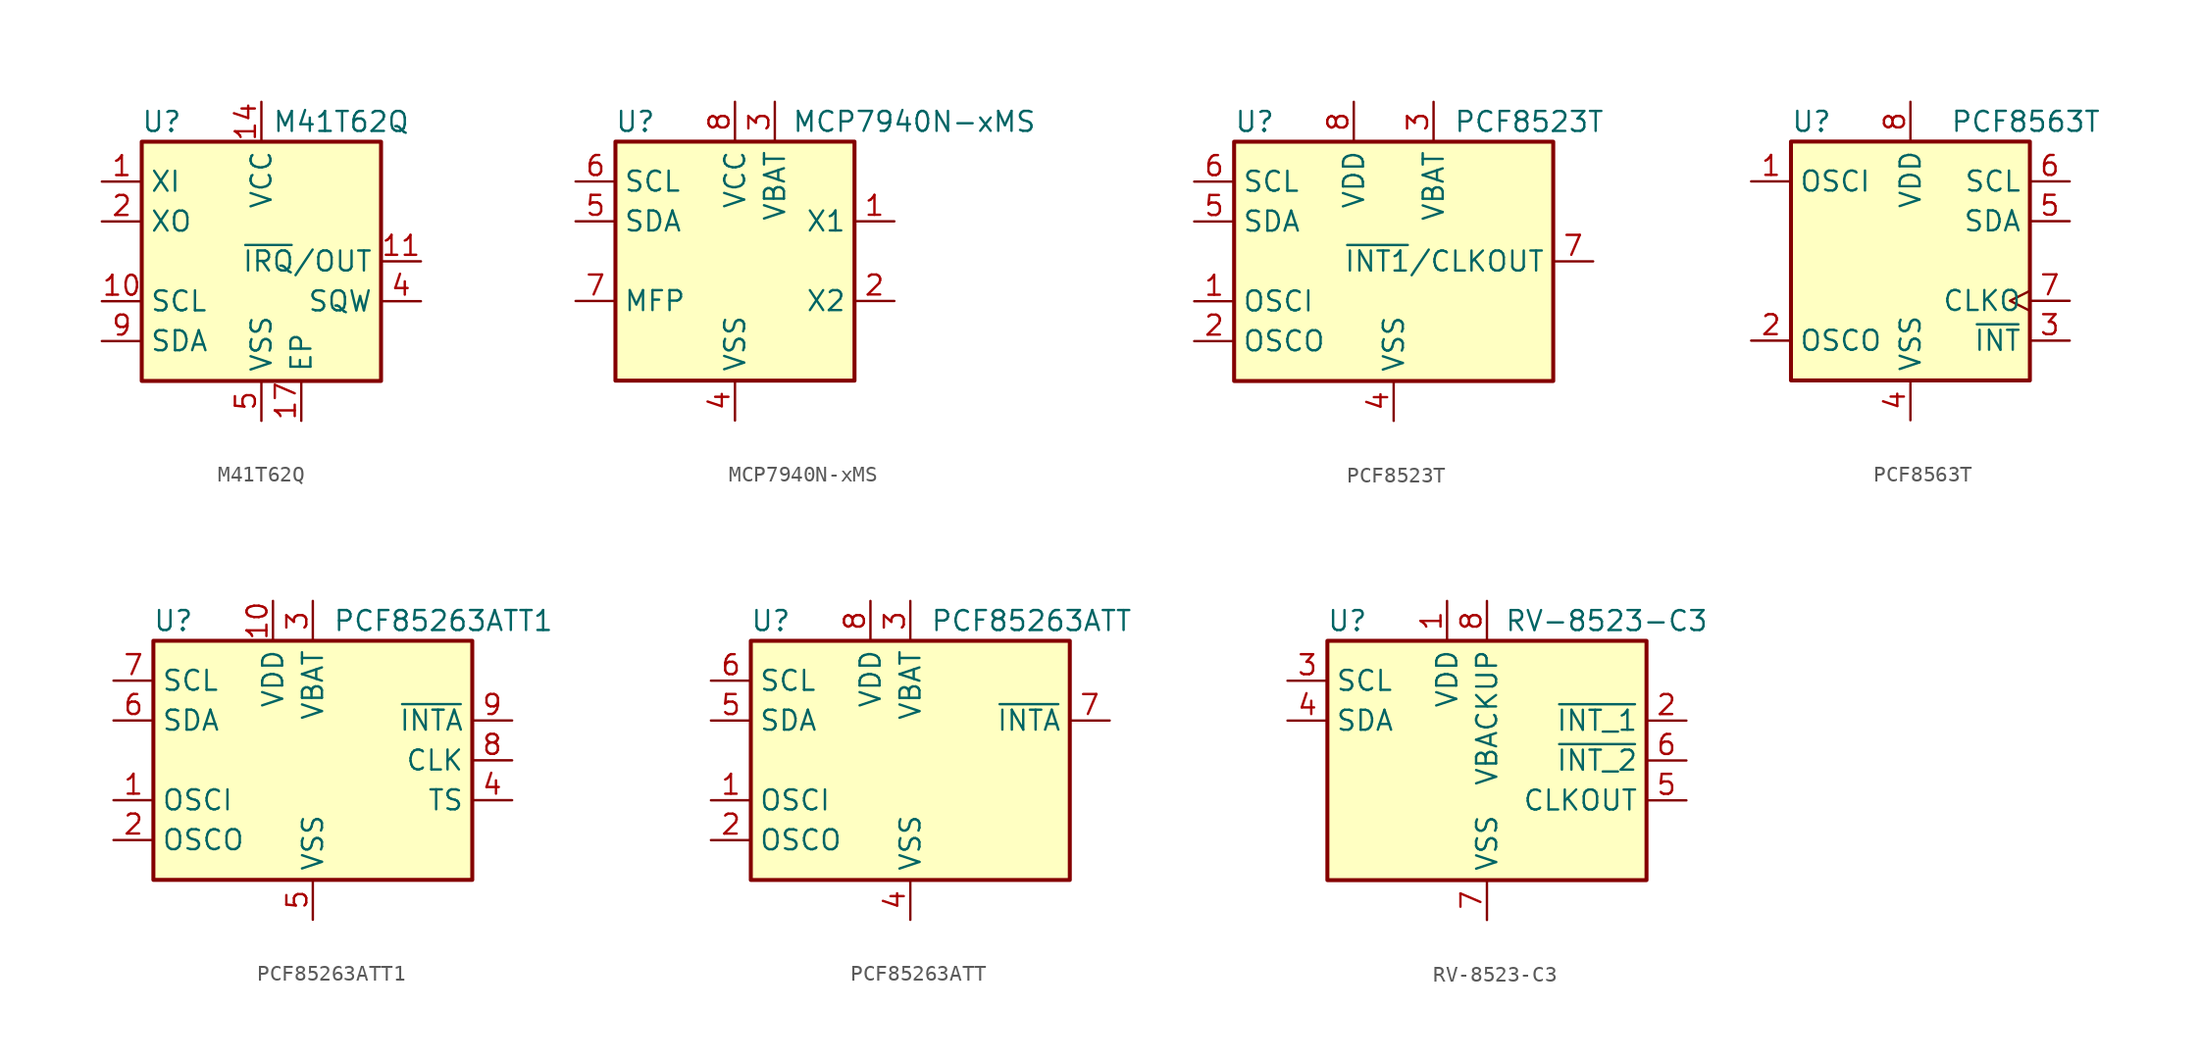
<source format=kicad_sym>
(kicad_symbol_lib
  (version 20220914)
  (generator kicad_symbol_editor)
  (symbol "M41T62Q"
    (property "Reference" "U"
      (at -6.35 8.89 0)
      (effects (font (size 1.27 1.27))))
    (property "Value" "M41T62Q"
      (at 5.08 8.89 0)
      (effects (font (size 1.27 1.27))))
    (symbol "M41T62Q_0_1"
      (rectangle (start -7.62 7.62) (end 7.62 -7.62) (stroke (width 0.254) (type default)) (fill (type background))))
    (symbol "M41T62Q_1_1"
      (pin input line (at -10.16 5.08 0) (length 2.54) (name "XI" (effects (font (size 1.27 1.27)))) (number "1" (effects (font (size 1.27 1.27)))))
      (pin input line (at -10.16 -2.54 0) (length 2.54) (name "SCL" (effects (font (size 1.27 1.27)))) (number "10" (effects (font (size 1.27 1.27)))))
      (pin output line (at 10.16 0 180) (length 2.54) (name "~{IRQ}/OUT" (effects (font (size 1.27 1.27)))) (number "11" (effects (font (size 1.27 1.27)))))
      (pin power_in line (at 0 10.16 270) (length 2.54) (name "VCC" (effects (font (size 1.27 1.27)))) (number "14" (effects (font (size 1.27 1.27)))))
      (pin passive line (at 2.54 -10.16 90) (length 2.54) (name "EP" (effects (font (size 1.27 1.27)))) (number "17" (effects (font (size 1.27 1.27)))))
      (pin input line (at -10.16 2.54 0) (length 2.54) (name "XO" (effects (font (size 1.27 1.27)))) (number "2" (effects (font (size 1.27 1.27)))))
      (pin output line (at 10.16 -2.54 180) (length 2.54) (name "SQW" (effects (font (size 1.27 1.27)))) (number "4" (effects (font (size 1.27 1.27)))))
      (pin power_in line (at 0 -10.16 90) (length 2.54) (name "VSS" (effects (font (size 1.27 1.27)))) (number "5" (effects (font (size 1.27 1.27)))))
      (pin bidirectional line (at -10.16 -5.08 0) (length 2.54) (name "SDA" (effects (font (size 1.27 1.27)))) (number "9" (effects (font (size 1.27 1.27)))))))
  (symbol "MCP7940N-xMS"
    (property "Reference" "U"
      (at -6.35 8.89 0)
      (effects (font (size 1.27 1.27))))
    (property "Value" "MCP7940N-xMS"
      (at 11.43 8.89 0)
      (effects (font (size 1.27 1.27))))
    (symbol "MCP7940N-xMS_0_1"
      (rectangle (start -7.62 7.62) (end 7.62 -7.62) (stroke (width 0.254) (type default)) (fill (type background))))
    (symbol "MCP7940N-xMS_1_1"
      (pin input line (at 10.16 2.54 180) (length 2.54) (name "X1" (effects (font (size 1.27 1.27)))) (number "1" (effects (font (size 1.27 1.27)))))
      (pin output line (at 10.16 -2.54 180) (length 2.54) (name "X2" (effects (font (size 1.27 1.27)))) (number "2" (effects (font (size 1.27 1.27)))))
      (pin power_in line (at 2.54 10.16 270) (length 2.54) (name "VBAT" (effects (font (size 1.27 1.27)))) (number "3" (effects (font (size 1.27 1.27)))))
      (pin power_in line (at 0 -10.16 90) (length 2.54) (name "VSS" (effects (font (size 1.27 1.27)))) (number "4" (effects (font (size 1.27 1.27)))))
      (pin bidirectional line (at -10.16 2.54 0) (length 2.54) (name "SDA" (effects (font (size 1.27 1.27)))) (number "5" (effects (font (size 1.27 1.27)))))
      (pin input line (at -10.16 5.08 0) (length 2.54) (name "SCL" (effects (font (size 1.27 1.27)))) (number "6" (effects (font (size 1.27 1.27)))))
      (pin open_collector line (at -10.16 -2.54 0) (length 2.54) (name "MFP" (effects (font (size 1.27 1.27)))) (number "7" (effects (font (size 1.27 1.27)))))
      (pin power_in line (at 0 10.16 270) (length 2.54) (name "VCC" (effects (font (size 1.27 1.27)))) (number "8" (effects (font (size 1.27 1.27)))))))
  (symbol "PCF8523T"
    (property "Reference" "U"
      (at -10.16 8.89 0)
      (effects (font (size 1.27 1.27)) (justify left)))
    (property "Value" "PCF8523T"
      (at 3.81 8.89 0)
      (effects (font (size 1.27 1.27)) (justify left)))
    (symbol "PCF8523T_0_1"
      (rectangle (start -10.16 7.62) (end 10.16 -7.62) (stroke (width 0.254) (type default)) (fill (type background))))
    (symbol "PCF8523T_1_1"
      (pin input line (at -12.7 -2.54 0) (length 2.54) (name "OSCI" (effects (font (size 1.27 1.27)))) (number "1" (effects (font (size 1.27 1.27)))))
      (pin output line (at -12.7 -5.08 0) (length 2.54) (name "OSCO" (effects (font (size 1.27 1.27)))) (number "2" (effects (font (size 1.27 1.27)))))
      (pin power_in line (at 2.54 10.16 270) (length 2.54) (name "VBAT" (effects (font (size 1.27 1.27)))) (number "3" (effects (font (size 1.27 1.27)))))
      (pin power_in line (at 0 -10.16 90) (length 2.54) (name "VSS" (effects (font (size 1.27 1.27)))) (number "4" (effects (font (size 1.27 1.27)))))
      (pin bidirectional line (at -12.7 2.54 0) (length 2.54) (name "SDA" (effects (font (size 1.27 1.27)))) (number "5" (effects (font (size 1.27 1.27)))))
      (pin input line (at -12.7 5.08 0) (length 2.54) (name "SCL" (effects (font (size 1.27 1.27)))) (number "6" (effects (font (size 1.27 1.27)))))
      (pin open_collector line (at 12.7 0 180) (length 2.54) (name "~{INT1}/CLKOUT" (effects (font (size 1.27 1.27)))) (number "7" (effects (font (size 1.27 1.27)))))
      (pin power_in line (at -2.54 10.16 270) (length 2.54) (name "VDD" (effects (font (size 1.27 1.27)))) (number "8" (effects (font (size 1.27 1.27)))))))
  (symbol "PCF8563T"
    (property "Reference" "U"
      (at -7.62 8.89 0)
      (effects (font (size 1.27 1.27)) (justify left)))
    (property "Value" "PCF8563T"
      (at 2.54 8.89 0)
      (effects (font (size 1.27 1.27)) (justify left)))
    (symbol "PCF8563T_0_1"
      (rectangle (start -7.62 7.62) (end 7.62 -7.62) (stroke (width 0.254) (type default)) (fill (type background))))
    (symbol "PCF8563T_1_1"
      (pin input line (at -10.16 5.08 0) (length 2.54) (name "OSCI" (effects (font (size 1.27 1.27)))) (number "1" (effects (font (size 1.27 1.27)))))
      (pin output line (at -10.16 -5.08 0) (length 2.54) (name "OSCO" (effects (font (size 1.27 1.27)))) (number "2" (effects (font (size 1.27 1.27)))))
      (pin output line (at 10.16 -5.08 180) (length 2.54) (name "~{INT}" (effects (font (size 1.27 1.27)))) (number "3" (effects (font (size 1.27 1.27)))))
      (pin power_in line (at 0 -10.16 90) (length 2.54) (name "VSS" (effects (font (size 1.27 1.27)))) (number "4" (effects (font (size 1.27 1.27)))))
      (pin bidirectional line (at 10.16 2.54 180) (length 2.54) (name "SDA" (effects (font (size 1.27 1.27)))) (number "5" (effects (font (size 1.27 1.27)))))
      (pin input line (at 10.16 5.08 180) (length 2.54) (name "SCL" (effects (font (size 1.27 1.27)))) (number "6" (effects (font (size 1.27 1.27)))))
      (pin output clock (at 10.16 -2.54 180) (length 2.54) (name "CLKO" (effects (font (size 1.27 1.27)))) (number "7" (effects (font (size 1.27 1.27)))))
      (pin power_in line (at 0 10.16 270) (length 2.54) (name "VDD" (effects (font (size 1.27 1.27)))) (number "8" (effects (font (size 1.27 1.27)))))))
  (symbol "PCF85263ATT1"
    (property "Reference" "U"
      (at -8.89 8.89 0)
      (effects (font (size 1.27 1.27))))
    (property "Value" "PCF85263ATT1"
      (at 1.27 8.89 0)
      (effects (font (size 1.27 1.27)) (justify left)))
    (symbol "PCF85263ATT1_0_1"
      (rectangle (start -10.16 7.62) (end 10.16 -7.62) (stroke (width 0.254) (type default)) (fill (type background))))
    (symbol "PCF85263ATT1_1_1"
      (pin input line (at -12.7 -2.54 0) (length 2.54) (name "OSCI" (effects (font (size 1.27 1.27)))) (number "1" (effects (font (size 1.27 1.27)))))
      (pin power_in line (at -2.54 10.16 270) (length 2.54) (name "VDD" (effects (font (size 1.27 1.27)))) (number "10" (effects (font (size 1.27 1.27)))))
      (pin output line (at -12.7 -5.08 0) (length 2.54) (name "OSCO" (effects (font (size 1.27 1.27)))) (number "2" (effects (font (size 1.27 1.27)))))
      (pin power_in line (at 0 10.16 270) (length 2.54) (name "VBAT" (effects (font (size 1.27 1.27)))) (number "3" (effects (font (size 1.27 1.27)))))
      (pin bidirectional line (at 12.7 -2.54 180) (length 2.54) (name "TS" (effects (font (size 1.27 1.27)))) (number "4" (effects (font (size 1.27 1.27)))))
      (pin power_in line (at 0 -10.16 90) (length 2.54) (name "VSS" (effects (font (size 1.27 1.27)))) (number "5" (effects (font (size 1.27 1.27)))))
      (pin bidirectional line (at -12.7 2.54 0) (length 2.54) (name "SDA" (effects (font (size 1.27 1.27)))) (number "6" (effects (font (size 1.27 1.27)))))
      (pin input line (at -12.7 5.08 0) (length 2.54) (name "SCL" (effects (font (size 1.27 1.27)))) (number "7" (effects (font (size 1.27 1.27)))))
      (pin output line (at 12.7 0 180) (length 2.54) (name "CLK" (effects (font (size 1.27 1.27)))) (number "8" (effects (font (size 1.27 1.27)))))
      (pin open_collector line (at 12.7 2.54 180) (length 2.54) (name "~{INTA}" (effects (font (size 1.27 1.27)))) (number "9" (effects (font (size 1.27 1.27)))))))
  (symbol "PCF85263ATT"
    (property "Reference" "U"
      (at -8.89 8.89 0)
      (effects (font (size 1.27 1.27))))
    (property "Value" "PCF85263ATT"
      (at 1.27 8.89 0)
      (effects (font (size 1.27 1.27)) (justify left)))
    (symbol "PCF85263ATT_0_1"
      (rectangle (start -10.16 7.62) (end 10.16 -7.62) (stroke (width 0.254) (type default)) (fill (type background))))
    (symbol "PCF85263ATT_1_1"
      (pin input line (at -12.7 -2.54 0) (length 2.54) (name "OSCI" (effects (font (size 1.27 1.27)))) (number "1" (effects (font (size 1.27 1.27)))))
      (pin output line (at -12.7 -5.08 0) (length 2.54) (name "OSCO" (effects (font (size 1.27 1.27)))) (number "2" (effects (font (size 1.27 1.27)))))
      (pin power_in line (at 0 10.16 270) (length 2.54) (name "VBAT" (effects (font (size 1.27 1.27)))) (number "3" (effects (font (size 1.27 1.27)))))
      (pin power_in line (at 0 -10.16 90) (length 2.54) (name "VSS" (effects (font (size 1.27 1.27)))) (number "4" (effects (font (size 1.27 1.27)))))
      (pin bidirectional line (at -12.7 2.54 0) (length 2.54) (name "SDA" (effects (font (size 1.27 1.27)))) (number "5" (effects (font (size 1.27 1.27)))))
      (pin input line (at -12.7 5.08 0) (length 2.54) (name "SCL" (effects (font (size 1.27 1.27)))) (number "6" (effects (font (size 1.27 1.27)))))
      (pin open_collector line (at 12.7 2.54 180) (length 2.54) (name "~{INTA}" (effects (font (size 1.27 1.27)))) (number "7" (effects (font (size 1.27 1.27)))))
      (pin power_in line (at -2.54 10.16 270) (length 2.54) (name "VDD" (effects (font (size 1.27 1.27)))) (number "8" (effects (font (size 1.27 1.27)))))))
  (symbol "RV-8523-C3"
    (property "Reference" "U"
      (at -8.89 8.89 0)
      (effects (font (size 1.27 1.27))))
    (property "Value" "RV-8523-C3"
      (at 7.62 8.89 0)
      (effects (font (size 1.27 1.27))))
    (symbol "RV-8523-C3_0_1"
      (rectangle (start 10.16 7.62) (end -10.16 -7.62) (stroke (width 0.254) (type default)) (fill (type background))))
    (symbol "RV-8523-C3_1_1"
      (pin power_in line (at -2.54 10.16 270) (length 2.54) (name "VDD" (effects (font (size 1.27 1.27)))) (number "1" (effects (font (size 1.27 1.27)))))
      (pin no_connect line (at -10.16 -5.08 0) (length 2.54) hide (name "NC" (effects (font (size 1.27 1.27)))) (number "10" (effects (font (size 1.27 1.27)))))
      (pin open_collector line (at 12.7 2.54 180) (length 2.54) (name "~{INT_1}" (effects (font (size 1.27 1.27)))) (number "2" (effects (font (size 1.27 1.27)))))
      (pin input line (at -12.7 5.08 0) (length 2.54) (name "SCL" (effects (font (size 1.27 1.27)))) (number "3" (effects (font (size 1.27 1.27)))))
      (pin bidirectional line (at -12.7 2.54 0) (length 2.54) (name "SDA" (effects (font (size 1.27 1.27)))) (number "4" (effects (font (size 1.27 1.27)))))
      (pin open_collector line (at 12.7 -2.54 180) (length 2.54) (name "CLKOUT" (effects (font (size 1.27 1.27)))) (number "5" (effects (font (size 1.27 1.27)))))
      (pin open_collector line (at 12.7 0 180) (length 2.54) (name "~{INT_2}" (effects (font (size 1.27 1.27)))) (number "6" (effects (font (size 1.27 1.27)))))
      (pin power_in line (at 0 -10.16 90) (length 2.54) (name "VSS" (effects (font (size 1.27 1.27)))) (number "7" (effects (font (size 1.27 1.27)))))
      (pin power_in line (at 0 10.16 270) (length 2.54) (name "VBACKUP" (effects (font (size 1.27 1.27)))) (number "8" (effects (font (size 1.27 1.27)))))
      (pin no_connect line (at -10.16 -2.54 0) (length 2.54) hide (name "NC" (effects (font (size 1.27 1.27)))) (number "9" (effects (font (size 1.27 1.27))))))))
</source>
